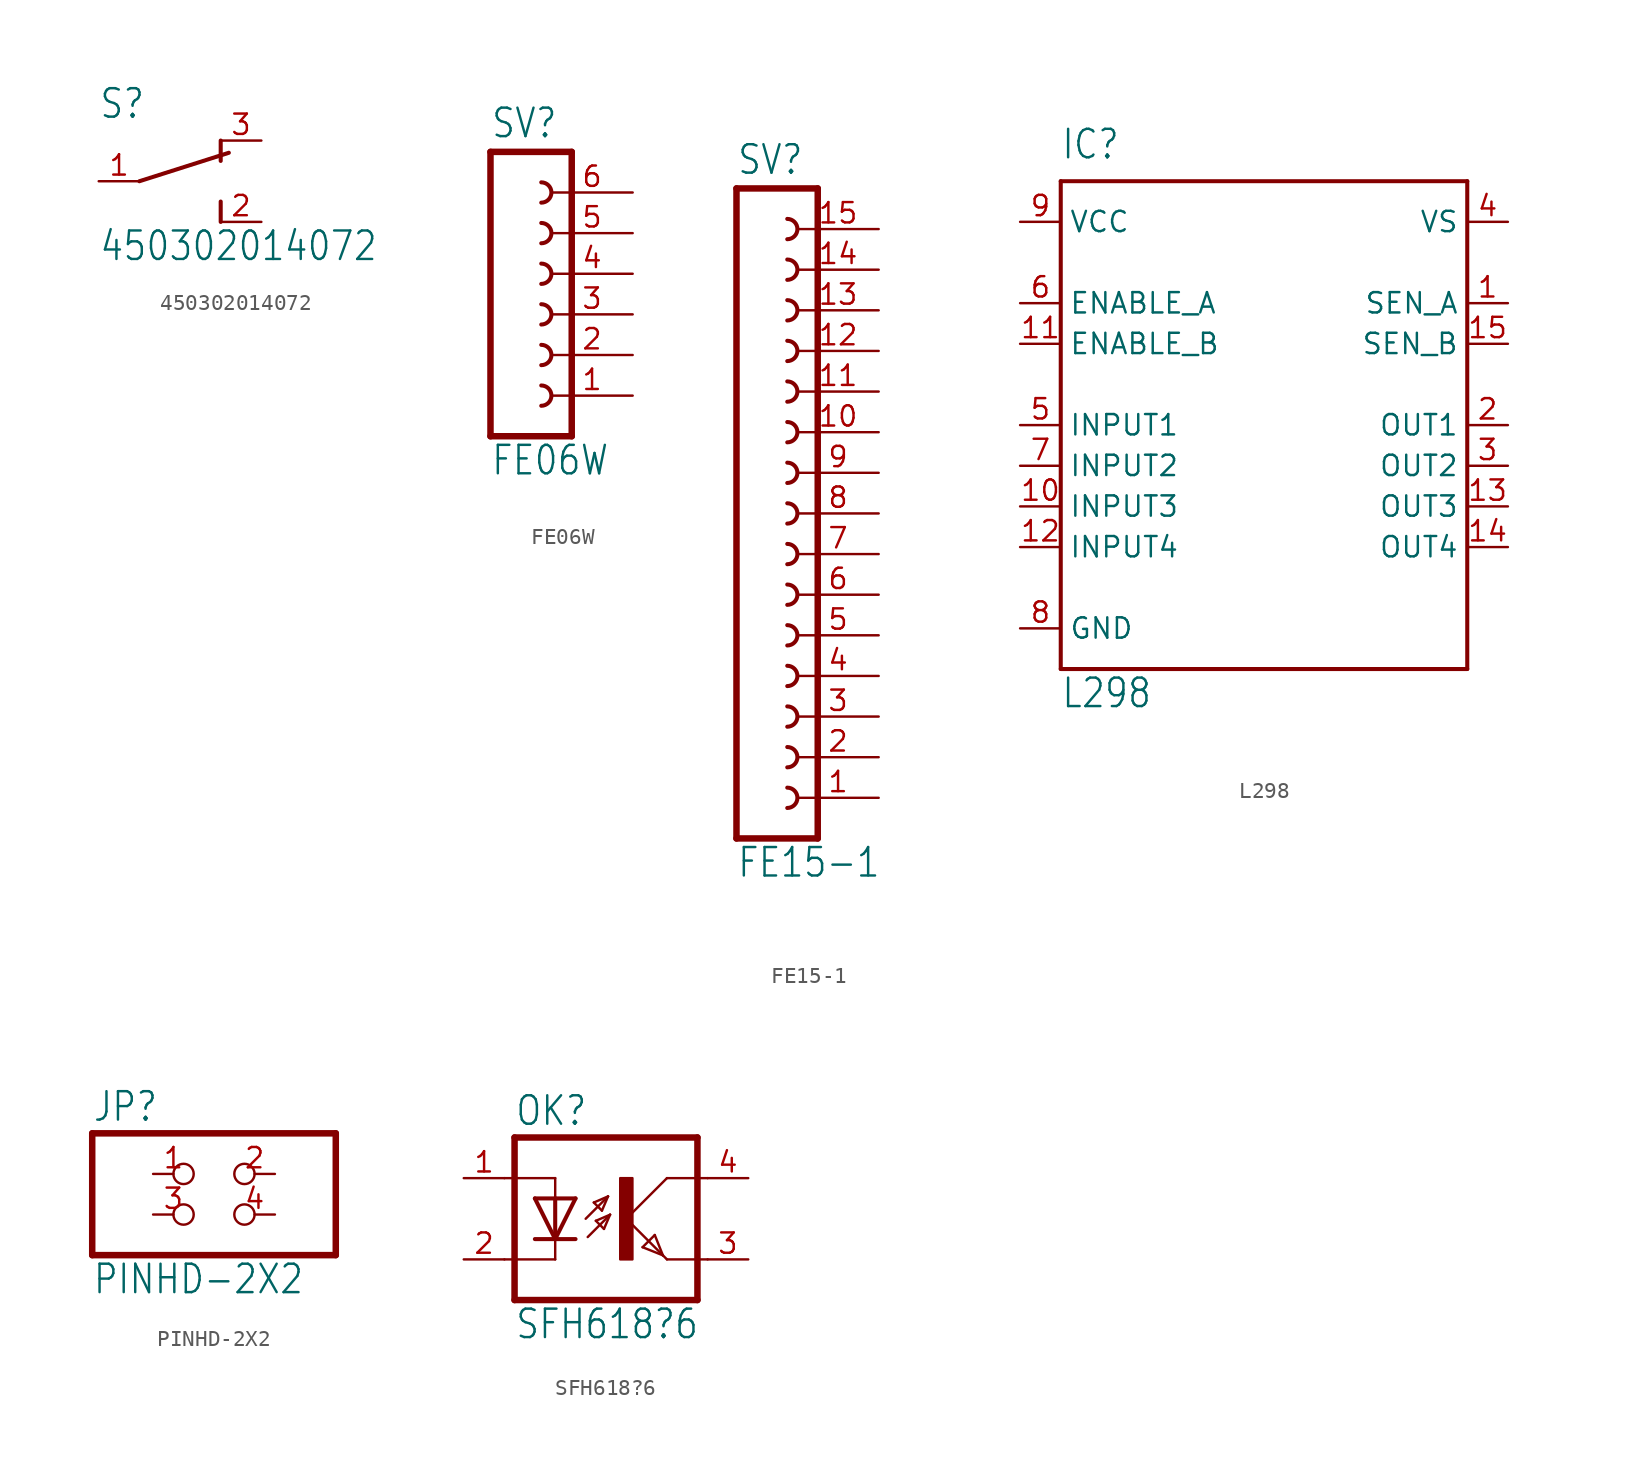
<source format=kicad_sym>
(kicad_symbol_lib
  (version 20211014)
  (generator kicad_symbol_editor)
  (symbol "450302014072"
    (property "Reference" "S"
      (at -5.08 3.81 0)
      (effects (font (size 1.778 1.511)) (justify left bottom)))
    (property "Value" "450302014072"
      (at -5.08 -5.08 0)
      (effects (font (size 1.778 1.511)) (justify left bottom)))
    (property "ki_locked" ""
      (at 0 0 0)
      (effects (font (size 1.27 1.27))))
    (symbol "450302014072_1_0"
      (polyline (pts (xy -2.54 0) (xy 3.048 1.778)) (stroke (width 0.254) (type default) (color 0 0 0 0)) (fill (type none)))
      (polyline (pts (xy 2.54 -2.54) (xy 2.54 -1.27)) (stroke (width 0.254) (type default) (color 0 0 0 0)) (fill (type none)))
      (polyline (pts (xy 2.54 2.54) (xy 2.54 1.27)) (stroke (width 0.254) (type default) (color 0 0 0 0)) (fill (type none)))
      (pin passive line (at -5.08 0 0) (length 2.54) (name "1" (effects (font (size 0 0)))) (number "1" (effects (font (size 1.27 1.27)))))
      (pin passive line (at 5.08 -2.54 180) (length 2.54) (name "2" (effects (font (size 0 0)))) (number "2" (effects (font (size 1.27 1.27)))))
      (pin passive line (at 5.08 2.54 180) (length 2.54) (name "3" (effects (font (size 0 0)))) (number "3" (effects (font (size 1.27 1.27)))))))
  (symbol "FE06W"
    (property "Reference" "SV"
      (at -1.27 10.922 0)
      (effects (font (size 1.778 1.511)) (justify left bottom)))
    (property "Value" "FE06W"
      (at -1.27 -10.16 0)
      (effects (font (size 1.778 1.511)) (justify left bottom)))
    (property "ki_locked" ""
      (at 0 0 0)
      (effects (font (size 1.27 1.27))))
    (symbol "FE06W_1_0"
      (polyline (pts (xy -1.27 10.16) (xy -1.27 -7.62)) (stroke (width 0.406) (type default) (color 0 0 0 0)) (fill (type none)))
      (polyline (pts (xy -1.27 10.16) (xy 3.81 10.16)) (stroke (width 0.406) (type default) (color 0 0 0 0)) (fill (type none)))
      (polyline (pts (xy 3.81 -7.62) (xy -1.27 -7.62)) (stroke (width 0.406) (type default) (color 0 0 0 0)) (fill (type none)))
      (polyline (pts (xy 3.81 -7.62) (xy 3.81 10.16)) (stroke (width 0.406) (type default) (color 0 0 0 0)) (fill (type none)))
      (arc (start 1.905 -5.715) (mid 2.54 -5.08) (end 1.905 -4.445) (stroke (width 0.254) (type default) (color 0 0 0 0)) (fill (type none)))
      (arc (start 1.905 -3.175) (mid 2.54 -2.54) (end 1.905 -1.905) (stroke (width 0.254) (type default) (color 0 0 0 0)) (fill (type none)))
      (arc (start 1.905 -0.635) (mid 2.54 0) (end 1.905 0.635) (stroke (width 0.254) (type default) (color 0 0 0 0)) (fill (type none)))
      (arc (start 1.905 1.905) (mid 2.54 2.54) (end 1.905 3.175) (stroke (width 0.254) (type default) (color 0 0 0 0)) (fill (type none)))
      (arc (start 1.905 4.445) (mid 2.54 5.08) (end 1.905 5.715) (stroke (width 0.254) (type default) (color 0 0 0 0)) (fill (type none)))
      (arc (start 1.905 6.985) (mid 2.54 7.62) (end 1.905 8.255) (stroke (width 0.254) (type default) (color 0 0 0 0)) (fill (type none)))
      (pin passive line (at 7.62 -5.08 180) (length 5.08) (name "1" (effects (font (size 0 0)))) (number "1" (effects (font (size 1.27 1.27)))))
      (pin passive line (at 7.62 -2.54 180) (length 5.08) (name "2" (effects (font (size 0 0)))) (number "2" (effects (font (size 1.27 1.27)))))
      (pin passive line (at 7.62 0 180) (length 5.08) (name "3" (effects (font (size 0 0)))) (number "3" (effects (font (size 1.27 1.27)))))
      (pin passive line (at 7.62 2.54 180) (length 5.08) (name "4" (effects (font (size 0 0)))) (number "4" (effects (font (size 1.27 1.27)))))
      (pin passive line (at 7.62 5.08 180) (length 5.08) (name "5" (effects (font (size 0 0)))) (number "5" (effects (font (size 1.27 1.27)))))
      (pin passive line (at 7.62 7.62 180) (length 5.08) (name "6" (effects (font (size 0 0)))) (number "6" (effects (font (size 1.27 1.27)))))))
  (symbol "FE15-1"
    (property "Reference" "SV"
      (at -1.27 21.082 0)
      (effects (font (size 1.778 1.511)) (justify left bottom)))
    (property "Value" "FE15-1"
      (at -1.27 -22.86 0)
      (effects (font (size 1.778 1.511)) (justify left bottom)))
    (property "ki_locked" ""
      (at 0 0 0)
      (effects (font (size 1.27 1.27))))
    (symbol "FE15-1_1_0"
      (polyline (pts (xy -1.27 20.32) (xy -1.27 -20.32)) (stroke (width 0.406) (type default) (color 0 0 0 0)) (fill (type none)))
      (polyline (pts (xy -1.27 20.32) (xy 3.81 20.32)) (stroke (width 0.406) (type default) (color 0 0 0 0)) (fill (type none)))
      (polyline (pts (xy 3.81 -20.32) (xy -1.27 -20.32)) (stroke (width 0.406) (type default) (color 0 0 0 0)) (fill (type none)))
      (polyline (pts (xy 3.81 -20.32) (xy 3.81 20.32)) (stroke (width 0.406) (type default) (color 0 0 0 0)) (fill (type none)))
      (arc (start 1.905 -18.415) (mid 2.54 -17.78) (end 1.905 -17.145) (stroke (width 0.254) (type default) (color 0 0 0 0)) (fill (type none)))
      (arc (start 1.905 -15.875) (mid 2.54 -15.24) (end 1.905 -14.605) (stroke (width 0.254) (type default) (color 0 0 0 0)) (fill (type none)))
      (arc (start 1.905 -13.335) (mid 2.54 -12.7) (end 1.905 -12.065) (stroke (width 0.254) (type default) (color 0 0 0 0)) (fill (type none)))
      (arc (start 1.905 -10.795) (mid 2.54 -10.16) (end 1.905 -9.525) (stroke (width 0.254) (type default) (color 0 0 0 0)) (fill (type none)))
      (arc (start 1.905 -8.255) (mid 2.54 -7.62) (end 1.905 -6.985) (stroke (width 0.254) (type default) (color 0 0 0 0)) (fill (type none)))
      (arc (start 1.905 -5.715) (mid 2.54 -5.08) (end 1.905 -4.445) (stroke (width 0.254) (type default) (color 0 0 0 0)) (fill (type none)))
      (arc (start 1.905 -3.175) (mid 2.54 -2.54) (end 1.905 -1.905) (stroke (width 0.254) (type default) (color 0 0 0 0)) (fill (type none)))
      (arc (start 1.905 -0.635) (mid 2.54 0) (end 1.905 0.635) (stroke (width 0.254) (type default) (color 0 0 0 0)) (fill (type none)))
      (arc (start 1.905 1.905) (mid 2.54 2.54) (end 1.905 3.175) (stroke (width 0.254) (type default) (color 0 0 0 0)) (fill (type none)))
      (arc (start 1.905 4.445) (mid 2.54 5.08) (end 1.905 5.715) (stroke (width 0.254) (type default) (color 0 0 0 0)) (fill (type none)))
      (arc (start 1.905 6.985) (mid 2.54 7.62) (end 1.905 8.255) (stroke (width 0.254) (type default) (color 0 0 0 0)) (fill (type none)))
      (arc (start 1.905 9.525) (mid 2.54 10.16) (end 1.905 10.795) (stroke (width 0.254) (type default) (color 0 0 0 0)) (fill (type none)))
      (arc (start 1.905 12.065) (mid 2.54 12.7) (end 1.905 13.335) (stroke (width 0.254) (type default) (color 0 0 0 0)) (fill (type none)))
      (arc (start 1.905 14.605) (mid 2.54 15.24) (end 1.905 15.875) (stroke (width 0.254) (type default) (color 0 0 0 0)) (fill (type none)))
      (arc (start 1.905 17.145) (mid 2.54 17.78) (end 1.905 18.415) (stroke (width 0.254) (type default) (color 0 0 0 0)) (fill (type none)))
      (pin passive line (at 7.62 -17.78 180) (length 5.08) (name "1" (effects (font (size 0 0)))) (number "1" (effects (font (size 1.27 1.27)))))
      (pin passive line (at 7.62 5.08 180) (length 5.08) (name "10" (effects (font (size 0 0)))) (number "10" (effects (font (size 1.27 1.27)))))
      (pin passive line (at 7.62 7.62 180) (length 5.08) (name "11" (effects (font (size 0 0)))) (number "11" (effects (font (size 1.27 1.27)))))
      (pin passive line (at 7.62 10.16 180) (length 5.08) (name "12" (effects (font (size 0 0)))) (number "12" (effects (font (size 1.27 1.27)))))
      (pin passive line (at 7.62 12.7 180) (length 5.08) (name "13" (effects (font (size 0 0)))) (number "13" (effects (font (size 1.27 1.27)))))
      (pin passive line (at 7.62 15.24 180) (length 5.08) (name "14" (effects (font (size 0 0)))) (number "14" (effects (font (size 1.27 1.27)))))
      (pin passive line (at 7.62 17.78 180) (length 5.08) (name "15" (effects (font (size 0 0)))) (number "15" (effects (font (size 1.27 1.27)))))
      (pin passive line (at 7.62 -15.24 180) (length 5.08) (name "2" (effects (font (size 0 0)))) (number "2" (effects (font (size 1.27 1.27)))))
      (pin passive line (at 7.62 -12.7 180) (length 5.08) (name "3" (effects (font (size 0 0)))) (number "3" (effects (font (size 1.27 1.27)))))
      (pin passive line (at 7.62 -10.16 180) (length 5.08) (name "4" (effects (font (size 0 0)))) (number "4" (effects (font (size 1.27 1.27)))))
      (pin passive line (at 7.62 -7.62 180) (length 5.08) (name "5" (effects (font (size 0 0)))) (number "5" (effects (font (size 1.27 1.27)))))
      (pin passive line (at 7.62 -5.08 180) (length 5.08) (name "6" (effects (font (size 0 0)))) (number "6" (effects (font (size 1.27 1.27)))))
      (pin passive line (at 7.62 -2.54 180) (length 5.08) (name "7" (effects (font (size 0 0)))) (number "7" (effects (font (size 1.27 1.27)))))
      (pin passive line (at 7.62 0 180) (length 5.08) (name "8" (effects (font (size 0 0)))) (number "8" (effects (font (size 1.27 1.27)))))
      (pin passive line (at 7.62 2.54 180) (length 5.08) (name "9" (effects (font (size 0 0)))) (number "9" (effects (font (size 1.27 1.27)))))))
  (symbol "L298"
    (property "Reference" "IC"
      (at -12.7 19.05 0)
      (effects (font (size 1.778 1.511)) (justify left bottom)))
    (property "Value" "L298"
      (at -12.7 -15.24 0)
      (effects (font (size 1.778 1.511)) (justify left bottom)))
    (property "ki_locked" ""
      (at 0 0 0)
      (effects (font (size 1.27 1.27))))
    (symbol "L298_1_0"
      (polyline (pts (xy -12.7 -12.7) (xy -12.7 17.78)) (stroke (width 0.254) (type default) (color 0 0 0 0)) (fill (type none)))
      (polyline (pts (xy -12.7 17.78) (xy 12.7 17.78)) (stroke (width 0.254) (type default) (color 0 0 0 0)) (fill (type none)))
      (polyline (pts (xy 12.7 -12.7) (xy -12.7 -12.7)) (stroke (width 0.254) (type default) (color 0 0 0 0)) (fill (type none)))
      (polyline (pts (xy 12.7 17.78) (xy 12.7 -12.7)) (stroke (width 0.254) (type default) (color 0 0 0 0)) (fill (type none)))
      (pin input line (at 15.24 10.16 180) (length 2.54) (name "SEN_A" (effects (font (size 1.27 1.27)))) (number "1" (effects (font (size 1.27 1.27)))))
      (pin input line (at -15.24 -2.54 0) (length 2.54) (name "INPUT3" (effects (font (size 1.27 1.27)))) (number "10" (effects (font (size 1.27 1.27)))))
      (pin input line (at -15.24 7.62 0) (length 2.54) (name "ENABLE_B" (effects (font (size 1.27 1.27)))) (number "11" (effects (font (size 1.27 1.27)))))
      (pin input line (at -15.24 -5.08 0) (length 2.54) (name "INPUT4" (effects (font (size 1.27 1.27)))) (number "12" (effects (font (size 1.27 1.27)))))
      (pin output line (at 15.24 -2.54 180) (length 2.54) (name "OUT3" (effects (font (size 1.27 1.27)))) (number "13" (effects (font (size 1.27 1.27)))))
      (pin output line (at 15.24 -5.08 180) (length 2.54) (name "OUT4" (effects (font (size 1.27 1.27)))) (number "14" (effects (font (size 1.27 1.27)))))
      (pin input line (at 15.24 7.62 180) (length 2.54) (name "SEN_B" (effects (font (size 1.27 1.27)))) (number "15" (effects (font (size 1.27 1.27)))))
      (pin output line (at 15.24 2.54 180) (length 2.54) (name "OUT1" (effects (font (size 1.27 1.27)))) (number "2" (effects (font (size 1.27 1.27)))))
      (pin output line (at 15.24 0 180) (length 2.54) (name "OUT2" (effects (font (size 1.27 1.27)))) (number "3" (effects (font (size 1.27 1.27)))))
      (pin power_in line (at 15.24 15.24 180) (length 2.54) (name "VS" (effects (font (size 1.27 1.27)))) (number "4" (effects (font (size 1.27 1.27)))))
      (pin input line (at -15.24 2.54 0) (length 2.54) (name "INPUT1" (effects (font (size 1.27 1.27)))) (number "5" (effects (font (size 1.27 1.27)))))
      (pin input line (at -15.24 10.16 0) (length 2.54) (name "ENABLE_A" (effects (font (size 1.27 1.27)))) (number "6" (effects (font (size 1.27 1.27)))))
      (pin input line (at -15.24 0 0) (length 2.54) (name "INPUT2" (effects (font (size 1.27 1.27)))) (number "7" (effects (font (size 1.27 1.27)))))
      (pin power_in line (at -15.24 -10.16 0) (length 2.54) (name "GND" (effects (font (size 1.27 1.27)))) (number "8" (effects (font (size 1.27 1.27)))))
      (pin power_in line (at -15.24 15.24 0) (length 2.54) (name "VCC" (effects (font (size 1.27 1.27)))) (number "9" (effects (font (size 1.27 1.27)))))))
  (symbol "PINHD-2X2"
    (property "Reference" "JP"
      (at -8.89 5.715 0)
      (effects (font (size 1.778 1.511)) (justify left bottom)))
    (property "Value" "PINHD-2X2"
      (at -8.89 -5.08 0)
      (effects (font (size 1.778 1.511)) (justify left bottom)))
    (property "ki_locked" ""
      (at 0 0 0)
      (effects (font (size 1.27 1.27))))
    (symbol "PINHD-2X2_1_0"
      (polyline (pts (xy -8.89 -2.54) (xy 6.35 -2.54)) (stroke (width 0.406) (type default) (color 0 0 0 0)) (fill (type none)))
      (polyline (pts (xy -8.89 5.08) (xy -8.89 -2.54)) (stroke (width 0.406) (type default) (color 0 0 0 0)) (fill (type none)))
      (polyline (pts (xy 6.35 -2.54) (xy 6.35 5.08)) (stroke (width 0.406) (type default) (color 0 0 0 0)) (fill (type none)))
      (polyline (pts (xy 6.35 5.08) (xy -8.89 5.08)) (stroke (width 0.406) (type default) (color 0 0 0 0)) (fill (type none)))
      (pin passive inverted (at -5.08 2.54 0) (length 2.54) (name "1" (effects (font (size 0 0)))) (number "1" (effects (font (size 1.27 1.27)))))
      (pin passive inverted (at 2.54 2.54 180) (length 2.54) (name "2" (effects (font (size 0 0)))) (number "2" (effects (font (size 1.27 1.27)))))
      (pin passive inverted (at -5.08 0 0) (length 2.54) (name "3" (effects (font (size 0 0)))) (number "3" (effects (font (size 1.27 1.27)))))
      (pin passive inverted (at 2.54 0 180) (length 2.54) (name "4" (effects (font (size 0 0)))) (number "4" (effects (font (size 1.27 1.27)))))))
  (symbol "SFH618?6"
    (property "Reference" "OK"
      (at -6.985 5.715 0)
      (effects (font (size 1.778 1.511)) (justify left bottom)))
    (property "Value" "SFH618?6"
      (at -6.985 -7.62 0)
      (effects (font (size 1.778 1.511)) (justify left bottom)))
    (property "ki_locked" ""
      (at 0 0 0)
      (effects (font (size 1.27 1.27))))
    (symbol "SFH618?6_1_0"
      (rectangle (start -0.381 -2.54) (end 0.381 2.54) (stroke (width 0) (type default) (color 0 0 0 0)) (fill (type outline)))
      (polyline (pts (xy -6.985 -5.08) (xy 4.445 -5.08)) (stroke (width 0.406) (type default) (color 0 0 0 0)) (fill (type none)))
      (polyline (pts (xy -6.985 5.08) (xy -6.985 -5.08)) (stroke (width 0.406) (type default) (color 0 0 0 0)) (fill (type none)))
      (polyline (pts (xy -6.985 5.08) (xy 4.445 5.08)) (stroke (width 0.406) (type default) (color 0 0 0 0)) (fill (type none)))
      (polyline (pts (xy -4.445 -2.54) (xy -7.62 -2.54)) (stroke (width 0.152) (type default) (color 0 0 0 0)) (fill (type none)))
      (polyline (pts (xy -4.445 -1.27) (xy -5.715 -1.27)) (stroke (width 0.254) (type default) (color 0 0 0 0)) (fill (type none)))
      (polyline (pts (xy -4.445 -1.27) (xy -5.715 1.27)) (stroke (width 0.254) (type default) (color 0 0 0 0)) (fill (type none)))
      (polyline (pts (xy -4.445 -1.27) (xy -4.445 -2.54)) (stroke (width 0.152) (type default) (color 0 0 0 0)) (fill (type none)))
      (polyline (pts (xy -4.445 1.27) (xy -5.715 1.27)) (stroke (width 0.254) (type default) (color 0 0 0 0)) (fill (type none)))
      (polyline (pts (xy -4.445 1.27) (xy -4.445 -1.27)) (stroke (width 0.254) (type default) (color 0 0 0 0)) (fill (type none)))
      (polyline (pts (xy -4.445 2.54) (xy -7.62 2.54)) (stroke (width 0.152) (type default) (color 0 0 0 0)) (fill (type none)))
      (polyline (pts (xy -4.445 2.54) (xy -4.445 1.27)) (stroke (width 0.152) (type default) (color 0 0 0 0)) (fill (type none)))
      (polyline (pts (xy -3.175 -1.27) (xy -4.445 -1.27)) (stroke (width 0.254) (type default) (color 0 0 0 0)) (fill (type none)))
      (polyline (pts (xy -3.175 1.27) (xy -4.445 -1.27)) (stroke (width 0.254) (type default) (color 0 0 0 0)) (fill (type none)))
      (polyline (pts (xy -3.175 1.27) (xy -4.445 1.27)) (stroke (width 0.254) (type default) (color 0 0 0 0)) (fill (type none)))
      (polyline (pts (xy -2.54 0) (xy -1.143 1.397)) (stroke (width 0.152) (type default) (color 0 0 0 0)) (fill (type none)))
      (polyline (pts (xy -2.413 -1.143) (xy -1.016 0.254)) (stroke (width 0.152) (type default) (color 0 0 0 0)) (fill (type none)))
      (polyline (pts (xy -2.032 1.016) (xy -1.524 0.508)) (stroke (width 0.152) (type default) (color 0 0 0 0)) (fill (type none)))
      (polyline (pts (xy -1.905 -0.127) (xy -1.397 -0.635)) (stroke (width 0.152) (type default) (color 0 0 0 0)) (fill (type none)))
      (polyline (pts (xy -1.524 0.508) (xy -1.143 1.397)) (stroke (width 0.152) (type default) (color 0 0 0 0)) (fill (type none)))
      (polyline (pts (xy -1.397 -0.635) (xy -1.016 0.254)) (stroke (width 0.152) (type default) (color 0 0 0 0)) (fill (type none)))
      (polyline (pts (xy -1.143 1.397) (xy -2.032 1.016)) (stroke (width 0.152) (type default) (color 0 0 0 0)) (fill (type none)))
      (polyline (pts (xy -1.016 0.254) (xy -1.905 -0.127)) (stroke (width 0.152) (type default) (color 0 0 0 0)) (fill (type none)))
      (polyline (pts (xy 0 0) (xy 2.286 -2.286)) (stroke (width 0.152) (type default) (color 0 0 0 0)) (fill (type none)))
      (polyline (pts (xy 1.016 -1.778) (xy 1.778 -1.016)) (stroke (width 0.152) (type default) (color 0 0 0 0)) (fill (type none)))
      (polyline (pts (xy 1.778 -1.016) (xy 2.286 -2.286)) (stroke (width 0.152) (type default) (color 0 0 0 0)) (fill (type none)))
      (polyline (pts (xy 2.286 -2.286) (xy 1.016 -1.778)) (stroke (width 0.152) (type default) (color 0 0 0 0)) (fill (type none)))
      (polyline (pts (xy 2.286 -2.286) (xy 2.54 -2.54)) (stroke (width 0.152) (type default) (color 0 0 0 0)) (fill (type none)))
      (polyline (pts (xy 2.54 -2.54) (xy 5.08 -2.54)) (stroke (width 0.152) (type default) (color 0 0 0 0)) (fill (type none)))
      (polyline (pts (xy 2.54 2.54) (xy 0 0)) (stroke (width 0.152) (type default) (color 0 0 0 0)) (fill (type none)))
      (polyline (pts (xy 2.54 2.54) (xy 5.08 2.54)) (stroke (width 0.152) (type default) (color 0 0 0 0)) (fill (type none)))
      (polyline (pts (xy 4.445 5.08) (xy 4.445 -5.08)) (stroke (width 0.406) (type default) (color 0 0 0 0)) (fill (type none)))
      (pin passive line (at -10.16 2.54 0) (length 2.54) (name "A" (effects (font (size 0 0)))) (number "1" (effects (font (size 1.27 1.27)))))
      (pin passive line (at -10.16 -2.54 0) (length 2.54) (name "C" (effects (font (size 0 0)))) (number "2" (effects (font (size 1.27 1.27)))))
      (pin passive line (at 7.62 -2.54 180) (length 2.54) (name "EMIT" (effects (font (size 0 0)))) (number "3" (effects (font (size 1.27 1.27)))))
      (pin passive line (at 7.62 2.54 180) (length 2.54) (name "COL" (effects (font (size 0 0)))) (number "4" (effects (font (size 1.27 1.27))))))))
</source>
